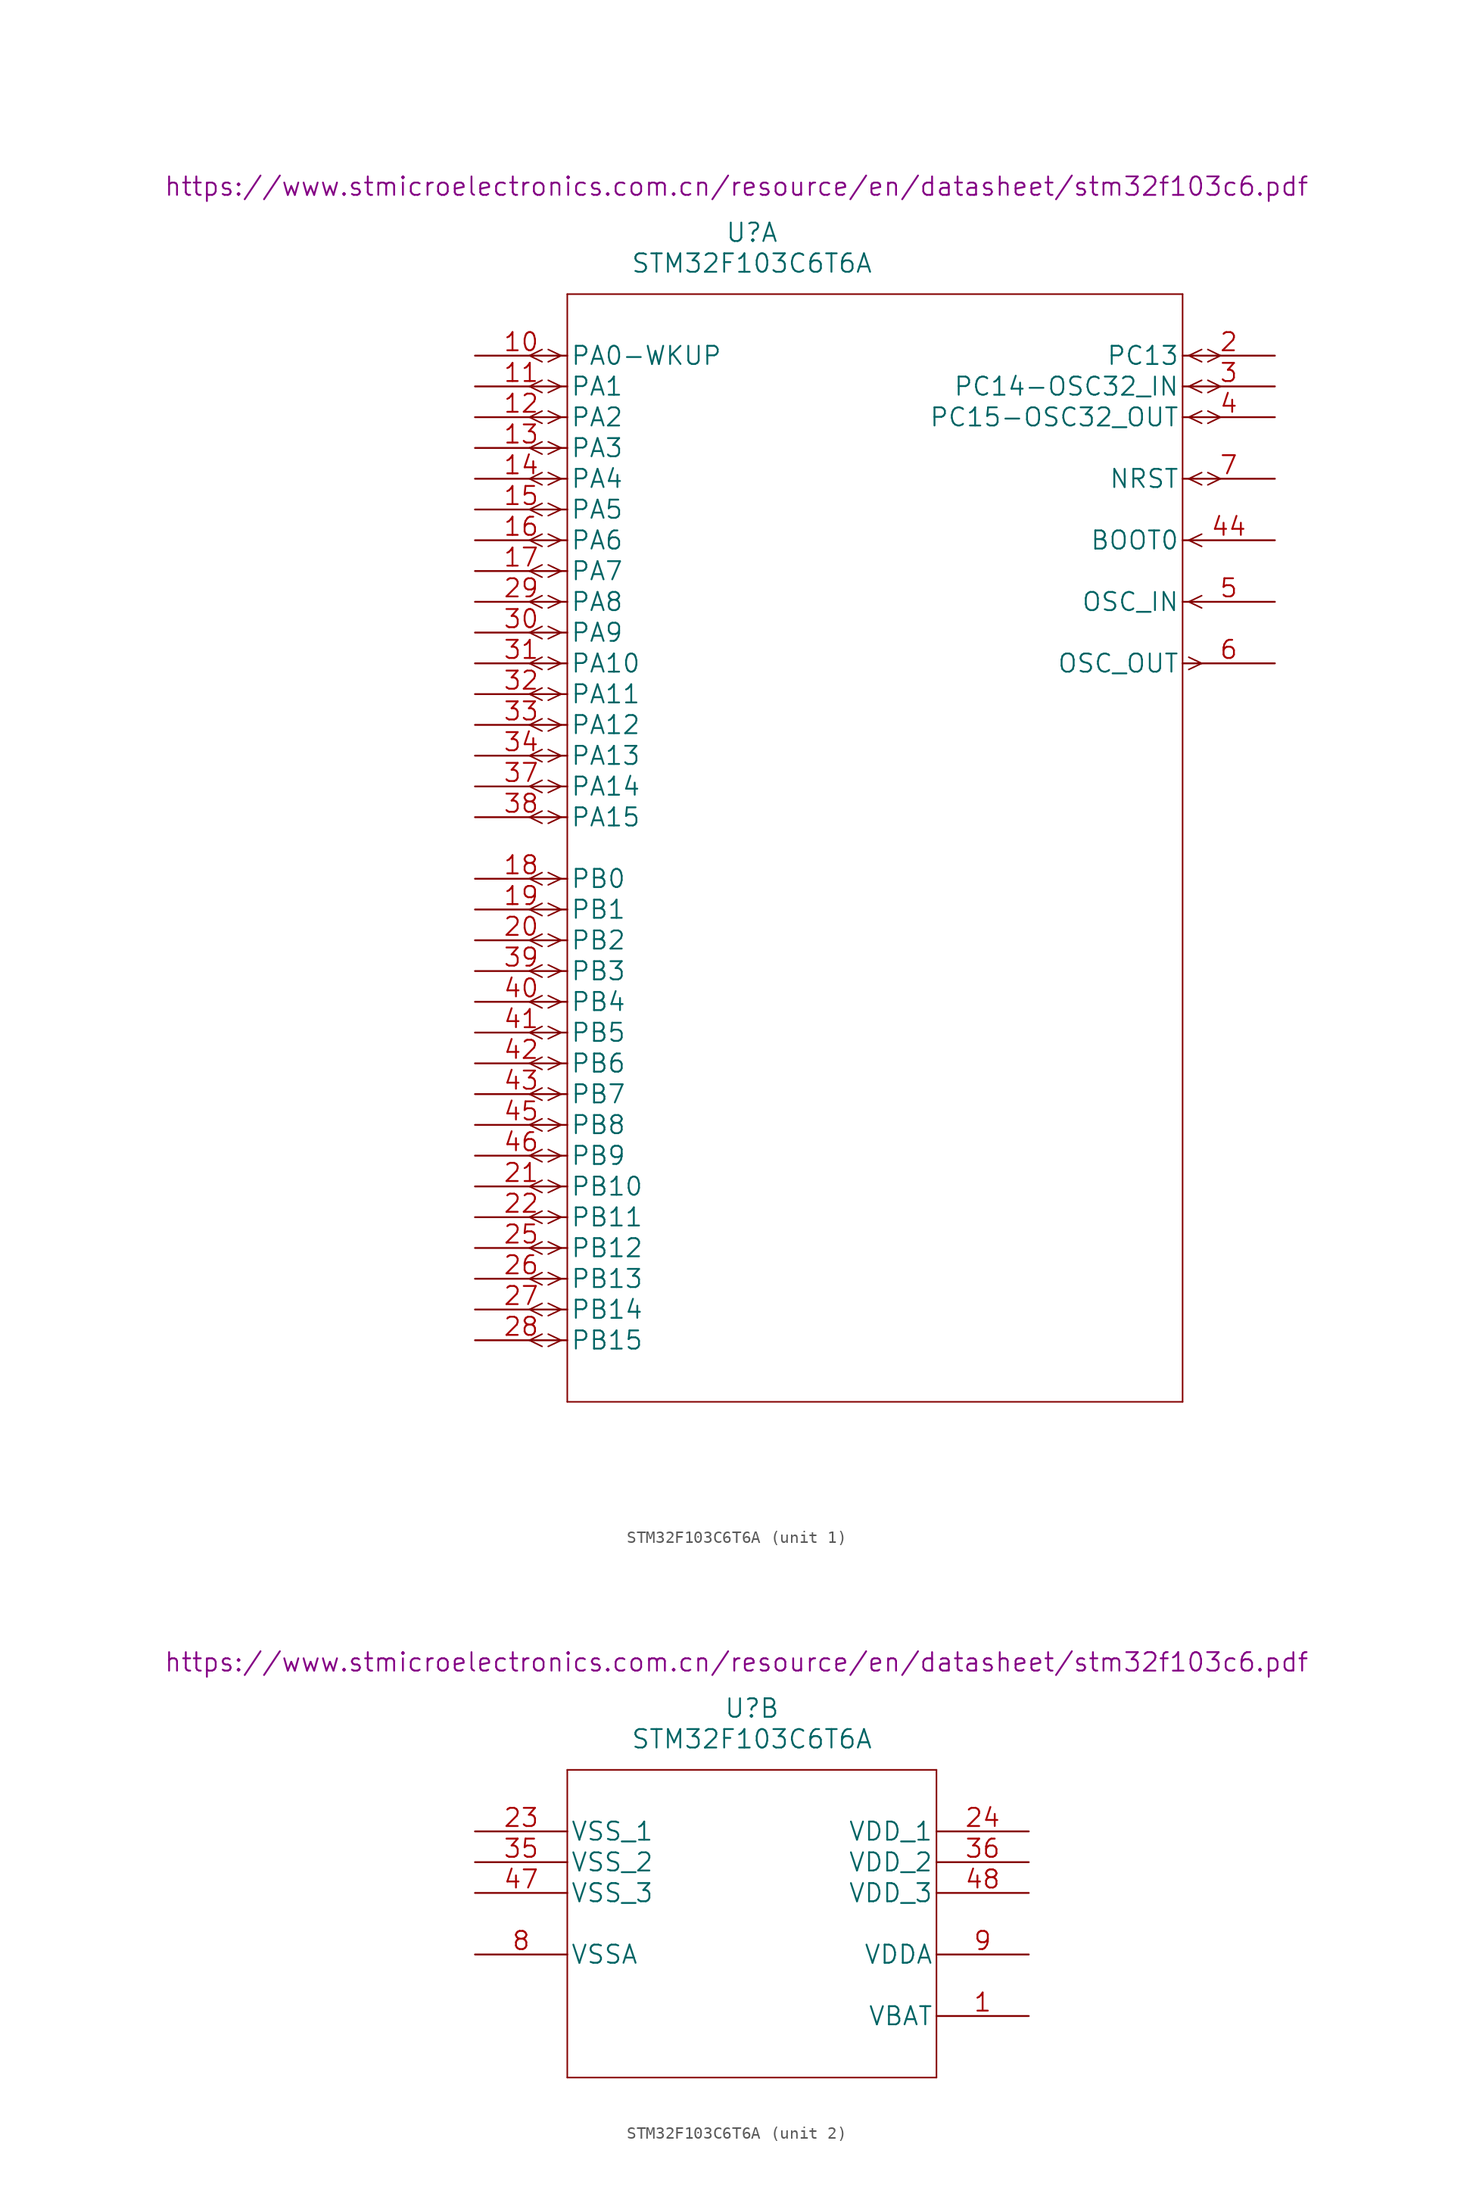
<source format=kicad_sym>
(kicad_symbol_lib
  (version 20220914)
  (generator kicad_symbol_editor)
  (symbol "STM32F103C6T6A"
    (pin_names
      (offset 0.254))
    (property "Reference" "U"
      (at 22.86 10.16 0)
      (effects (font (size 1.524 1.524))))
    (property "Value" "STM32F103C6T6A"
      (at 22.86 7.62 0)
      (effects (font (size 1.524 1.524))))
    (property "Datasheet" "https://www.stmicroelectronics.com.cn/resource/en/datasheet/stm32f103c6.pdf"
      (at 21.59 13.97 0)
      (effects (font (size 1.524 1.524))))
    (symbol "STM32F103C6T6A_1_1"
      (polyline (pts (xy 5.537 -81.788) (xy 4.496 -81.28)) (stroke (width 0.127) (type default)) (fill (type none)))
      (polyline (pts (xy 5.537 -80.772) (xy 4.496 -81.28)) (stroke (width 0.127) (type default)) (fill (type none)))
      (polyline (pts (xy 5.537 -79.248) (xy 4.496 -78.74)) (stroke (width 0.127) (type default)) (fill (type none)))
      (polyline (pts (xy 5.537 -78.232) (xy 4.496 -78.74)) (stroke (width 0.127) (type default)) (fill (type none)))
      (polyline (pts (xy 5.537 -76.708) (xy 4.496 -76.2)) (stroke (width 0.127) (type default)) (fill (type none)))
      (polyline (pts (xy 5.537 -75.692) (xy 4.496 -76.2)) (stroke (width 0.127) (type default)) (fill (type none)))
      (polyline (pts (xy 5.537 -74.168) (xy 4.496 -73.66)) (stroke (width 0.127) (type default)) (fill (type none)))
      (polyline (pts (xy 5.537 -73.152) (xy 4.496 -73.66)) (stroke (width 0.127) (type default)) (fill (type none)))
      (polyline (pts (xy 5.537 -71.628) (xy 4.496 -71.12)) (stroke (width 0.127) (type default)) (fill (type none)))
      (polyline (pts (xy 5.537 -70.612) (xy 4.496 -71.12)) (stroke (width 0.127) (type default)) (fill (type none)))
      (polyline (pts (xy 5.537 -69.088) (xy 4.496 -68.58)) (stroke (width 0.127) (type default)) (fill (type none)))
      (polyline (pts (xy 5.537 -68.072) (xy 4.496 -68.58)) (stroke (width 0.127) (type default)) (fill (type none)))
      (polyline (pts (xy 5.537 -66.548) (xy 4.496 -66.04)) (stroke (width 0.127) (type default)) (fill (type none)))
      (polyline (pts (xy 5.537 -65.532) (xy 4.496 -66.04)) (stroke (width 0.127) (type default)) (fill (type none)))
      (polyline (pts (xy 5.537 -64.008) (xy 4.496 -63.5)) (stroke (width 0.127) (type default)) (fill (type none)))
      (polyline (pts (xy 5.537 -62.992) (xy 4.496 -63.5)) (stroke (width 0.127) (type default)) (fill (type none)))
      (polyline (pts (xy 5.537 -61.468) (xy 4.496 -60.96)) (stroke (width 0.127) (type default)) (fill (type none)))
      (polyline (pts (xy 5.537 -60.452) (xy 4.496 -60.96)) (stroke (width 0.127) (type default)) (fill (type none)))
      (polyline (pts (xy 5.537 -58.928) (xy 4.496 -58.42)) (stroke (width 0.127) (type default)) (fill (type none)))
      (polyline (pts (xy 5.537 -57.912) (xy 4.496 -58.42)) (stroke (width 0.127) (type default)) (fill (type none)))
      (polyline (pts (xy 5.537 -56.388) (xy 4.496 -55.88)) (stroke (width 0.127) (type default)) (fill (type none)))
      (polyline (pts (xy 5.537 -55.372) (xy 4.496 -55.88)) (stroke (width 0.127) (type default)) (fill (type none)))
      (polyline (pts (xy 5.537 -53.848) (xy 4.496 -53.34)) (stroke (width 0.127) (type default)) (fill (type none)))
      (polyline (pts (xy 5.537 -52.832) (xy 4.496 -53.34)) (stroke (width 0.127) (type default)) (fill (type none)))
      (polyline (pts (xy 5.537 -51.308) (xy 4.496 -50.8)) (stroke (width 0.127) (type default)) (fill (type none)))
      (polyline (pts (xy 5.537 -50.292) (xy 4.496 -50.8)) (stroke (width 0.127) (type default)) (fill (type none)))
      (polyline (pts (xy 5.537 -48.768) (xy 4.496 -48.26)) (stroke (width 0.127) (type default)) (fill (type none)))
      (polyline (pts (xy 5.537 -47.752) (xy 4.496 -48.26)) (stroke (width 0.127) (type default)) (fill (type none)))
      (polyline (pts (xy 5.537 -46.228) (xy 4.496 -45.72)) (stroke (width 0.127) (type default)) (fill (type none)))
      (polyline (pts (xy 5.537 -45.212) (xy 4.496 -45.72)) (stroke (width 0.127) (type default)) (fill (type none)))
      (polyline (pts (xy 5.537 -43.688) (xy 4.496 -43.18)) (stroke (width 0.127) (type default)) (fill (type none)))
      (polyline (pts (xy 5.537 -42.672) (xy 4.496 -43.18)) (stroke (width 0.127) (type default)) (fill (type none)))
      (polyline (pts (xy 5.537 -38.608) (xy 4.496 -38.1)) (stroke (width 0.127) (type default)) (fill (type none)))
      (polyline (pts (xy 5.537 -37.592) (xy 4.496 -38.1)) (stroke (width 0.127) (type default)) (fill (type none)))
      (polyline (pts (xy 5.537 -36.068) (xy 4.496 -35.56)) (stroke (width 0.127) (type default)) (fill (type none)))
      (polyline (pts (xy 5.537 -35.052) (xy 4.496 -35.56)) (stroke (width 0.127) (type default)) (fill (type none)))
      (polyline (pts (xy 5.537 -33.528) (xy 4.496 -33.02)) (stroke (width 0.127) (type default)) (fill (type none)))
      (polyline (pts (xy 5.537 -32.512) (xy 4.496 -33.02)) (stroke (width 0.127) (type default)) (fill (type none)))
      (polyline (pts (xy 5.537 -30.988) (xy 4.496 -30.48)) (stroke (width 0.127) (type default)) (fill (type none)))
      (polyline (pts (xy 5.537 -29.972) (xy 4.496 -30.48)) (stroke (width 0.127) (type default)) (fill (type none)))
      (polyline (pts (xy 5.537 -28.448) (xy 4.496 -27.94)) (stroke (width 0.127) (type default)) (fill (type none)))
      (polyline (pts (xy 5.537 -27.432) (xy 4.496 -27.94)) (stroke (width 0.127) (type default)) (fill (type none)))
      (polyline (pts (xy 5.537 -25.908) (xy 4.496 -25.4)) (stroke (width 0.127) (type default)) (fill (type none)))
      (polyline (pts (xy 5.537 -24.892) (xy 4.496 -25.4)) (stroke (width 0.127) (type default)) (fill (type none)))
      (polyline (pts (xy 5.537 -23.368) (xy 4.496 -22.86)) (stroke (width 0.127) (type default)) (fill (type none)))
      (polyline (pts (xy 5.537 -22.352) (xy 4.496 -22.86)) (stroke (width 0.127) (type default)) (fill (type none)))
      (polyline (pts (xy 5.537 -20.828) (xy 4.496 -20.32)) (stroke (width 0.127) (type default)) (fill (type none)))
      (polyline (pts (xy 5.537 -19.812) (xy 4.496 -20.32)) (stroke (width 0.127) (type default)) (fill (type none)))
      (polyline (pts (xy 5.537 -18.288) (xy 4.496 -17.78)) (stroke (width 0.127) (type default)) (fill (type none)))
      (polyline (pts (xy 5.537 -17.272) (xy 4.496 -17.78)) (stroke (width 0.127) (type default)) (fill (type none)))
      (polyline (pts (xy 5.537 -15.748) (xy 4.496 -15.24)) (stroke (width 0.127) (type default)) (fill (type none)))
      (polyline (pts (xy 5.537 -14.732) (xy 4.496 -15.24)) (stroke (width 0.127) (type default)) (fill (type none)))
      (polyline (pts (xy 5.537 -13.208) (xy 4.496 -12.7)) (stroke (width 0.127) (type default)) (fill (type none)))
      (polyline (pts (xy 5.537 -12.192) (xy 4.496 -12.7)) (stroke (width 0.127) (type default)) (fill (type none)))
      (polyline (pts (xy 5.537 -10.668) (xy 4.496 -10.16)) (stroke (width 0.127) (type default)) (fill (type none)))
      (polyline (pts (xy 5.537 -9.652) (xy 4.496 -10.16)) (stroke (width 0.127) (type default)) (fill (type none)))
      (polyline (pts (xy 5.537 -8.128) (xy 4.496 -7.62)) (stroke (width 0.127) (type default)) (fill (type none)))
      (polyline (pts (xy 5.537 -7.112) (xy 4.496 -7.62)) (stroke (width 0.127) (type default)) (fill (type none)))
      (polyline (pts (xy 5.537 -5.588) (xy 4.496 -5.08)) (stroke (width 0.127) (type default)) (fill (type none)))
      (polyline (pts (xy 5.537 -4.572) (xy 4.496 -5.08)) (stroke (width 0.127) (type default)) (fill (type none)))
      (polyline (pts (xy 5.537 -3.048) (xy 4.496 -2.54)) (stroke (width 0.127) (type default)) (fill (type none)))
      (polyline (pts (xy 5.537 -2.032) (xy 4.496 -2.54)) (stroke (width 0.127) (type default)) (fill (type none)))
      (polyline (pts (xy 5.537 -0.508) (xy 4.496 0)) (stroke (width 0.127) (type default)) (fill (type none)))
      (polyline (pts (xy 5.537 0.508) (xy 4.496 0)) (stroke (width 0.127) (type default)) (fill (type none)))
      (polyline (pts (xy 7.112 -81.28) (xy 6.045 -81.788)) (stroke (width 0.127) (type default)) (fill (type none)))
      (polyline (pts (xy 7.112 -81.28) (xy 6.045 -80.772)) (stroke (width 0.127) (type default)) (fill (type none)))
      (polyline (pts (xy 7.112 -78.74) (xy 6.045 -79.248)) (stroke (width 0.127) (type default)) (fill (type none)))
      (polyline (pts (xy 7.112 -78.74) (xy 6.045 -78.232)) (stroke (width 0.127) (type default)) (fill (type none)))
      (polyline (pts (xy 7.112 -76.2) (xy 6.045 -76.708)) (stroke (width 0.127) (type default)) (fill (type none)))
      (polyline (pts (xy 7.112 -76.2) (xy 6.045 -75.692)) (stroke (width 0.127) (type default)) (fill (type none)))
      (polyline (pts (xy 7.112 -73.66) (xy 6.045 -74.168)) (stroke (width 0.127) (type default)) (fill (type none)))
      (polyline (pts (xy 7.112 -73.66) (xy 6.045 -73.152)) (stroke (width 0.127) (type default)) (fill (type none)))
      (polyline (pts (xy 7.112 -71.12) (xy 6.045 -71.628)) (stroke (width 0.127) (type default)) (fill (type none)))
      (polyline (pts (xy 7.112 -71.12) (xy 6.045 -70.612)) (stroke (width 0.127) (type default)) (fill (type none)))
      (polyline (pts (xy 7.112 -68.58) (xy 6.045 -69.088)) (stroke (width 0.127) (type default)) (fill (type none)))
      (polyline (pts (xy 7.112 -68.58) (xy 6.045 -68.072)) (stroke (width 0.127) (type default)) (fill (type none)))
      (polyline (pts (xy 7.112 -66.04) (xy 6.045 -66.548)) (stroke (width 0.127) (type default)) (fill (type none)))
      (polyline (pts (xy 7.112 -66.04) (xy 6.045 -65.532)) (stroke (width 0.127) (type default)) (fill (type none)))
      (polyline (pts (xy 7.112 -63.5) (xy 6.045 -64.008)) (stroke (width 0.127) (type default)) (fill (type none)))
      (polyline (pts (xy 7.112 -63.5) (xy 6.045 -62.992)) (stroke (width 0.127) (type default)) (fill (type none)))
      (polyline (pts (xy 7.112 -60.96) (xy 6.045 -61.468)) (stroke (width 0.127) (type default)) (fill (type none)))
      (polyline (pts (xy 7.112 -60.96) (xy 6.045 -60.452)) (stroke (width 0.127) (type default)) (fill (type none)))
      (polyline (pts (xy 7.112 -58.42) (xy 6.045 -58.928)) (stroke (width 0.127) (type default)) (fill (type none)))
      (polyline (pts (xy 7.112 -58.42) (xy 6.045 -57.912)) (stroke (width 0.127) (type default)) (fill (type none)))
      (polyline (pts (xy 7.112 -55.88) (xy 6.045 -56.388)) (stroke (width 0.127) (type default)) (fill (type none)))
      (polyline (pts (xy 7.112 -55.88) (xy 6.045 -55.372)) (stroke (width 0.127) (type default)) (fill (type none)))
      (polyline (pts (xy 7.112 -53.34) (xy 6.045 -53.848)) (stroke (width 0.127) (type default)) (fill (type none)))
      (polyline (pts (xy 7.112 -53.34) (xy 6.045 -52.832)) (stroke (width 0.127) (type default)) (fill (type none)))
      (polyline (pts (xy 7.112 -50.8) (xy 6.045 -51.308)) (stroke (width 0.127) (type default)) (fill (type none)))
      (polyline (pts (xy 7.112 -50.8) (xy 6.045 -50.292)) (stroke (width 0.127) (type default)) (fill (type none)))
      (polyline (pts (xy 7.112 -48.26) (xy 6.045 -48.768)) (stroke (width 0.127) (type default)) (fill (type none)))
      (polyline (pts (xy 7.112 -48.26) (xy 6.045 -47.752)) (stroke (width 0.127) (type default)) (fill (type none)))
      (polyline (pts (xy 7.112 -45.72) (xy 6.045 -46.228)) (stroke (width 0.127) (type default)) (fill (type none)))
      (polyline (pts (xy 7.112 -45.72) (xy 6.045 -45.212)) (stroke (width 0.127) (type default)) (fill (type none)))
      (polyline (pts (xy 7.112 -43.18) (xy 6.045 -43.688)) (stroke (width 0.127) (type default)) (fill (type none)))
      (polyline (pts (xy 7.112 -43.18) (xy 6.045 -42.672)) (stroke (width 0.127) (type default)) (fill (type none)))
      (polyline (pts (xy 7.112 -38.1) (xy 6.045 -38.608)) (stroke (width 0.127) (type default)) (fill (type none)))
      (polyline (pts (xy 7.112 -38.1) (xy 6.045 -37.592)) (stroke (width 0.127) (type default)) (fill (type none)))
      (polyline (pts (xy 7.112 -35.56) (xy 6.045 -36.068)) (stroke (width 0.127) (type default)) (fill (type none)))
      (polyline (pts (xy 7.112 -35.56) (xy 6.045 -35.052)) (stroke (width 0.127) (type default)) (fill (type none)))
      (polyline (pts (xy 7.112 -33.02) (xy 6.045 -33.528)) (stroke (width 0.127) (type default)) (fill (type none)))
      (polyline (pts (xy 7.112 -33.02) (xy 6.045 -32.512)) (stroke (width 0.127) (type default)) (fill (type none)))
      (polyline (pts (xy 7.112 -30.48) (xy 6.045 -30.988)) (stroke (width 0.127) (type default)) (fill (type none)))
      (polyline (pts (xy 7.112 -30.48) (xy 6.045 -29.972)) (stroke (width 0.127) (type default)) (fill (type none)))
      (polyline (pts (xy 7.112 -27.94) (xy 6.045 -28.448)) (stroke (width 0.127) (type default)) (fill (type none)))
      (polyline (pts (xy 7.112 -27.94) (xy 6.045 -27.432)) (stroke (width 0.127) (type default)) (fill (type none)))
      (polyline (pts (xy 7.112 -25.4) (xy 6.045 -25.908)) (stroke (width 0.127) (type default)) (fill (type none)))
      (polyline (pts (xy 7.112 -25.4) (xy 6.045 -24.892)) (stroke (width 0.127) (type default)) (fill (type none)))
      (polyline (pts (xy 7.112 -22.86) (xy 6.045 -23.368)) (stroke (width 0.127) (type default)) (fill (type none)))
      (polyline (pts (xy 7.112 -22.86) (xy 6.045 -22.352)) (stroke (width 0.127) (type default)) (fill (type none)))
      (polyline (pts (xy 7.112 -20.32) (xy 6.045 -20.828)) (stroke (width 0.127) (type default)) (fill (type none)))
      (polyline (pts (xy 7.112 -20.32) (xy 6.045 -19.812)) (stroke (width 0.127) (type default)) (fill (type none)))
      (polyline (pts (xy 7.112 -17.78) (xy 6.045 -18.288)) (stroke (width 0.127) (type default)) (fill (type none)))
      (polyline (pts (xy 7.112 -17.78) (xy 6.045 -17.272)) (stroke (width 0.127) (type default)) (fill (type none)))
      (polyline (pts (xy 7.112 -15.24) (xy 6.045 -15.748)) (stroke (width 0.127) (type default)) (fill (type none)))
      (polyline (pts (xy 7.112 -15.24) (xy 6.045 -14.732)) (stroke (width 0.127) (type default)) (fill (type none)))
      (polyline (pts (xy 7.112 -12.7) (xy 6.045 -13.208)) (stroke (width 0.127) (type default)) (fill (type none)))
      (polyline (pts (xy 7.112 -12.7) (xy 6.045 -12.192)) (stroke (width 0.127) (type default)) (fill (type none)))
      (polyline (pts (xy 7.112 -10.16) (xy 6.045 -10.668)) (stroke (width 0.127) (type default)) (fill (type none)))
      (polyline (pts (xy 7.112 -10.16) (xy 6.045 -9.652)) (stroke (width 0.127) (type default)) (fill (type none)))
      (polyline (pts (xy 7.112 -7.62) (xy 6.045 -8.128)) (stroke (width 0.127) (type default)) (fill (type none)))
      (polyline (pts (xy 7.112 -7.62) (xy 6.045 -7.112)) (stroke (width 0.127) (type default)) (fill (type none)))
      (polyline (pts (xy 7.112 -5.08) (xy 6.045 -5.588)) (stroke (width 0.127) (type default)) (fill (type none)))
      (polyline (pts (xy 7.112 -5.08) (xy 6.045 -4.572)) (stroke (width 0.127) (type default)) (fill (type none)))
      (polyline (pts (xy 7.112 -2.54) (xy 6.045 -3.048)) (stroke (width 0.127) (type default)) (fill (type none)))
      (polyline (pts (xy 7.112 -2.54) (xy 6.045 -2.032)) (stroke (width 0.127) (type default)) (fill (type none)))
      (polyline (pts (xy 7.112 0) (xy 6.045 -0.508)) (stroke (width 0.127) (type default)) (fill (type none)))
      (polyline (pts (xy 7.112 0) (xy 6.045 0.508)) (stroke (width 0.127) (type default)) (fill (type none)))
      (polyline (pts (xy 7.62 -86.36) (xy 58.42 -86.36)) (stroke (width 0.127) (type default)) (fill (type none)))
      (polyline (pts (xy 7.62 5.08) (xy 7.62 -86.36)) (stroke (width 0.127) (type default)) (fill (type none)))
      (polyline (pts (xy 58.42 -86.36) (xy 58.42 5.08)) (stroke (width 0.127) (type default)) (fill (type none)))
      (polyline (pts (xy 58.42 5.08) (xy 7.62 5.08)) (stroke (width 0.127) (type default)) (fill (type none)))
      (polyline (pts (xy 58.928 -25.908) (xy 59.995 -25.4)) (stroke (width 0.127) (type default)) (fill (type none)))
      (polyline (pts (xy 58.928 -24.892) (xy 59.995 -25.4)) (stroke (width 0.127) (type default)) (fill (type none)))
      (polyline (pts (xy 58.928 -20.32) (xy 59.995 -20.828)) (stroke (width 0.127) (type default)) (fill (type none)))
      (polyline (pts (xy 58.928 -20.32) (xy 59.995 -19.812)) (stroke (width 0.127) (type default)) (fill (type none)))
      (polyline (pts (xy 58.928 -15.24) (xy 59.995 -15.748)) (stroke (width 0.127) (type default)) (fill (type none)))
      (polyline (pts (xy 58.928 -15.24) (xy 59.995 -14.732)) (stroke (width 0.127) (type default)) (fill (type none)))
      (polyline (pts (xy 58.928 -10.16) (xy 59.995 -10.668)) (stroke (width 0.127) (type default)) (fill (type none)))
      (polyline (pts (xy 58.928 -10.16) (xy 59.995 -9.652)) (stroke (width 0.127) (type default)) (fill (type none)))
      (polyline (pts (xy 58.928 -5.08) (xy 59.995 -5.588)) (stroke (width 0.127) (type default)) (fill (type none)))
      (polyline (pts (xy 58.928 -5.08) (xy 59.995 -4.572)) (stroke (width 0.127) (type default)) (fill (type none)))
      (polyline (pts (xy 58.928 -2.54) (xy 59.995 -3.048)) (stroke (width 0.127) (type default)) (fill (type none)))
      (polyline (pts (xy 58.928 -2.54) (xy 59.995 -2.032)) (stroke (width 0.127) (type default)) (fill (type none)))
      (polyline (pts (xy 58.928 0) (xy 59.995 -0.508)) (stroke (width 0.127) (type default)) (fill (type none)))
      (polyline (pts (xy 58.928 0) (xy 59.995 0.508)) (stroke (width 0.127) (type default)) (fill (type none)))
      (polyline (pts (xy 60.503 -10.668) (xy 61.544 -10.16)) (stroke (width 0.127) (type default)) (fill (type none)))
      (polyline (pts (xy 60.503 -9.652) (xy 61.544 -10.16)) (stroke (width 0.127) (type default)) (fill (type none)))
      (polyline (pts (xy 60.503 -5.588) (xy 61.544 -5.08)) (stroke (width 0.127) (type default)) (fill (type none)))
      (polyline (pts (xy 60.503 -4.572) (xy 61.544 -5.08)) (stroke (width 0.127) (type default)) (fill (type none)))
      (polyline (pts (xy 60.503 -3.048) (xy 61.544 -2.54)) (stroke (width 0.127) (type default)) (fill (type none)))
      (polyline (pts (xy 60.503 -2.032) (xy 61.544 -2.54)) (stroke (width 0.127) (type default)) (fill (type none)))
      (polyline (pts (xy 60.503 -0.508) (xy 61.544 0)) (stroke (width 0.127) (type default)) (fill (type none)))
      (polyline (pts (xy 60.503 0.508) (xy 61.544 0)) (stroke (width 0.127) (type default)) (fill (type none)))
      (pin bidirectional line (at 0 0 0) (length 7.62) (name "PA0-WKUP" (effects (font (size 1.499 1.499)))) (number "10" (effects (font (size 1.499 1.499)))))
      (pin bidirectional line (at 0 -2.54 0) (length 7.62) (name "PA1" (effects (font (size 1.499 1.499)))) (number "11" (effects (font (size 1.499 1.499)))))
      (pin bidirectional line (at 0 -5.08 0) (length 7.62) (name "PA2" (effects (font (size 1.499 1.499)))) (number "12" (effects (font (size 1.499 1.499)))))
      (pin bidirectional line (at 0 -7.62 0) (length 7.62) (name "PA3" (effects (font (size 1.499 1.499)))) (number "13" (effects (font (size 1.499 1.499)))))
      (pin bidirectional line (at 0 -10.16 0) (length 7.62) (name "PA4" (effects (font (size 1.499 1.499)))) (number "14" (effects (font (size 1.499 1.499)))))
      (pin bidirectional line (at 0 -12.7 0) (length 7.62) (name "PA5" (effects (font (size 1.499 1.499)))) (number "15" (effects (font (size 1.499 1.499)))))
      (pin bidirectional line (at 0 -15.24 0) (length 7.62) (name "PA6" (effects (font (size 1.499 1.499)))) (number "16" (effects (font (size 1.499 1.499)))))
      (pin bidirectional line (at 0 -17.78 0) (length 7.62) (name "PA7" (effects (font (size 1.499 1.499)))) (number "17" (effects (font (size 1.499 1.499)))))
      (pin bidirectional line (at 0 -43.18 0) (length 7.62) (name "PB0" (effects (font (size 1.499 1.499)))) (number "18" (effects (font (size 1.499 1.499)))))
      (pin bidirectional line (at 0 -45.72 0) (length 7.62) (name "PB1" (effects (font (size 1.499 1.499)))) (number "19" (effects (font (size 1.499 1.499)))))
      (pin bidirectional line (at 66.04 0 180) (length 7.62) (name "PC13" (effects (font (size 1.499 1.499)))) (number "2" (effects (font (size 1.499 1.499)))))
      (pin bidirectional line (at 0 -48.26 0) (length 7.62) (name "PB2" (effects (font (size 1.499 1.499)))) (number "20" (effects (font (size 1.499 1.499)))))
      (pin bidirectional line (at 0 -68.58 0) (length 7.62) (name "PB10" (effects (font (size 1.499 1.499)))) (number "21" (effects (font (size 1.499 1.499)))))
      (pin bidirectional line (at 0 -71.12 0) (length 7.62) (name "PB11" (effects (font (size 1.499 1.499)))) (number "22" (effects (font (size 1.499 1.499)))))
      (pin bidirectional line (at 0 -73.66 0) (length 7.62) (name "PB12" (effects (font (size 1.499 1.499)))) (number "25" (effects (font (size 1.499 1.499)))))
      (pin bidirectional line (at 0 -76.2 0) (length 7.62) (name "PB13" (effects (font (size 1.499 1.499)))) (number "26" (effects (font (size 1.499 1.499)))))
      (pin bidirectional line (at 0 -78.74 0) (length 7.62) (name "PB14" (effects (font (size 1.499 1.499)))) (number "27" (effects (font (size 1.499 1.499)))))
      (pin bidirectional line (at 0 -81.28 0) (length 7.62) (name "PB15" (effects (font (size 1.499 1.499)))) (number "28" (effects (font (size 1.499 1.499)))))
      (pin bidirectional line (at 0 -20.32 0) (length 7.62) (name "PA8" (effects (font (size 1.499 1.499)))) (number "29" (effects (font (size 1.499 1.499)))))
      (pin bidirectional line (at 66.04 -2.54 180) (length 7.62) (name "PC14-OSC32_IN" (effects (font (size 1.499 1.499)))) (number "3" (effects (font (size 1.499 1.499)))))
      (pin bidirectional line (at 0 -22.86 0) (length 7.62) (name "PA9" (effects (font (size 1.499 1.499)))) (number "30" (effects (font (size 1.499 1.499)))))
      (pin bidirectional line (at 0 -25.4 0) (length 7.62) (name "PA10" (effects (font (size 1.499 1.499)))) (number "31" (effects (font (size 1.499 1.499)))))
      (pin bidirectional line (at 0 -27.94 0) (length 7.62) (name "PA11" (effects (font (size 1.499 1.499)))) (number "32" (effects (font (size 1.499 1.499)))))
      (pin bidirectional line (at 0 -30.48 0) (length 7.62) (name "PA12" (effects (font (size 1.499 1.499)))) (number "33" (effects (font (size 1.499 1.499)))))
      (pin bidirectional line (at 0 -33.02 0) (length 7.62) (name "PA13" (effects (font (size 1.499 1.499)))) (number "34" (effects (font (size 1.499 1.499)))))
      (pin bidirectional line (at 0 -35.56 0) (length 7.62) (name "PA14" (effects (font (size 1.499 1.499)))) (number "37" (effects (font (size 1.499 1.499)))))
      (pin bidirectional line (at 0 -38.1 0) (length 7.62) (name "PA15" (effects (font (size 1.499 1.499)))) (number "38" (effects (font (size 1.499 1.499)))))
      (pin bidirectional line (at 0 -50.8 0) (length 7.62) (name "PB3" (effects (font (size 1.499 1.499)))) (number "39" (effects (font (size 1.499 1.499)))))
      (pin bidirectional line (at 66.04 -5.08 180) (length 7.62) (name "PC15-OSC32_OUT" (effects (font (size 1.499 1.499)))) (number "4" (effects (font (size 1.499 1.499)))))
      (pin bidirectional line (at 0 -53.34 0) (length 7.62) (name "PB4" (effects (font (size 1.499 1.499)))) (number "40" (effects (font (size 1.499 1.499)))))
      (pin bidirectional line (at 0 -55.88 0) (length 7.62) (name "PB5" (effects (font (size 1.499 1.499)))) (number "41" (effects (font (size 1.499 1.499)))))
      (pin bidirectional line (at 0 -58.42 0) (length 7.62) (name "PB6" (effects (font (size 1.499 1.499)))) (number "42" (effects (font (size 1.499 1.499)))))
      (pin bidirectional line (at 0 -60.96 0) (length 7.62) (name "PB7" (effects (font (size 1.499 1.499)))) (number "43" (effects (font (size 1.499 1.499)))))
      (pin input line (at 66.04 -15.24 180) (length 7.62) (name "BOOT0" (effects (font (size 1.499 1.499)))) (number "44" (effects (font (size 1.499 1.499)))))
      (pin bidirectional line (at 0 -63.5 0) (length 7.62) (name "PB8" (effects (font (size 1.499 1.499)))) (number "45" (effects (font (size 1.499 1.499)))))
      (pin bidirectional line (at 0 -66.04 0) (length 7.62) (name "PB9" (effects (font (size 1.499 1.499)))) (number "46" (effects (font (size 1.499 1.499)))))
      (pin input line (at 66.04 -20.32 180) (length 7.62) (name "OSC_IN" (effects (font (size 1.499 1.499)))) (number "5" (effects (font (size 1.499 1.499)))))
      (pin output line (at 66.04 -25.4 180) (length 7.62) (name "OSC_OUT" (effects (font (size 1.499 1.499)))) (number "6" (effects (font (size 1.499 1.499)))))
      (pin bidirectional line (at 66.04 -10.16 180) (length 7.62) (name "NRST" (effects (font (size 1.499 1.499)))) (number "7" (effects (font (size 1.499 1.499))))))
    (symbol "STM32F103C6T6A_2_1"
      (polyline (pts (xy 7.62 -20.32) (xy 38.1 -20.32)) (stroke (width 0.127) (type default)) (fill (type none)))
      (polyline (pts (xy 7.62 5.08) (xy 7.62 -20.32)) (stroke (width 0.127) (type default)) (fill (type none)))
      (polyline (pts (xy 38.1 -20.32) (xy 38.1 5.08)) (stroke (width 0.127) (type default)) (fill (type none)))
      (polyline (pts (xy 38.1 5.08) (xy 7.62 5.08)) (stroke (width 0.127) (type default)) (fill (type none)))
      (pin power_in line (at 45.72 -15.24 180) (length 7.62) (name "VBAT" (effects (font (size 1.499 1.499)))) (number "1" (effects (font (size 1.499 1.499)))))
      (pin power_in line (at 0 0 0) (length 7.62) (name "VSS_1" (effects (font (size 1.499 1.499)))) (number "23" (effects (font (size 1.499 1.499)))))
      (pin power_in line (at 45.72 0 180) (length 7.62) (name "VDD_1" (effects (font (size 1.499 1.499)))) (number "24" (effects (font (size 1.499 1.499)))))
      (pin power_in line (at 0 -2.54 0) (length 7.62) (name "VSS_2" (effects (font (size 1.499 1.499)))) (number "35" (effects (font (size 1.499 1.499)))))
      (pin power_in line (at 45.72 -2.54 180) (length 7.62) (name "VDD_2" (effects (font (size 1.499 1.499)))) (number "36" (effects (font (size 1.499 1.499)))))
      (pin power_in line (at 0 -5.08 0) (length 7.62) (name "VSS_3" (effects (font (size 1.499 1.499)))) (number "47" (effects (font (size 1.499 1.499)))))
      (pin power_in line (at 45.72 -5.08 180) (length 7.62) (name "VDD_3" (effects (font (size 1.499 1.499)))) (number "48" (effects (font (size 1.499 1.499)))))
      (pin power_in line (at 0 -10.16 0) (length 7.62) (name "VSSA" (effects (font (size 1.499 1.499)))) (number "8" (effects (font (size 1.499 1.499)))))
      (pin power_in line (at 45.72 -10.16 180) (length 7.62) (name "VDDA" (effects (font (size 1.499 1.499)))) (number "9" (effects (font (size 1.499 1.499))))))))
</source>
